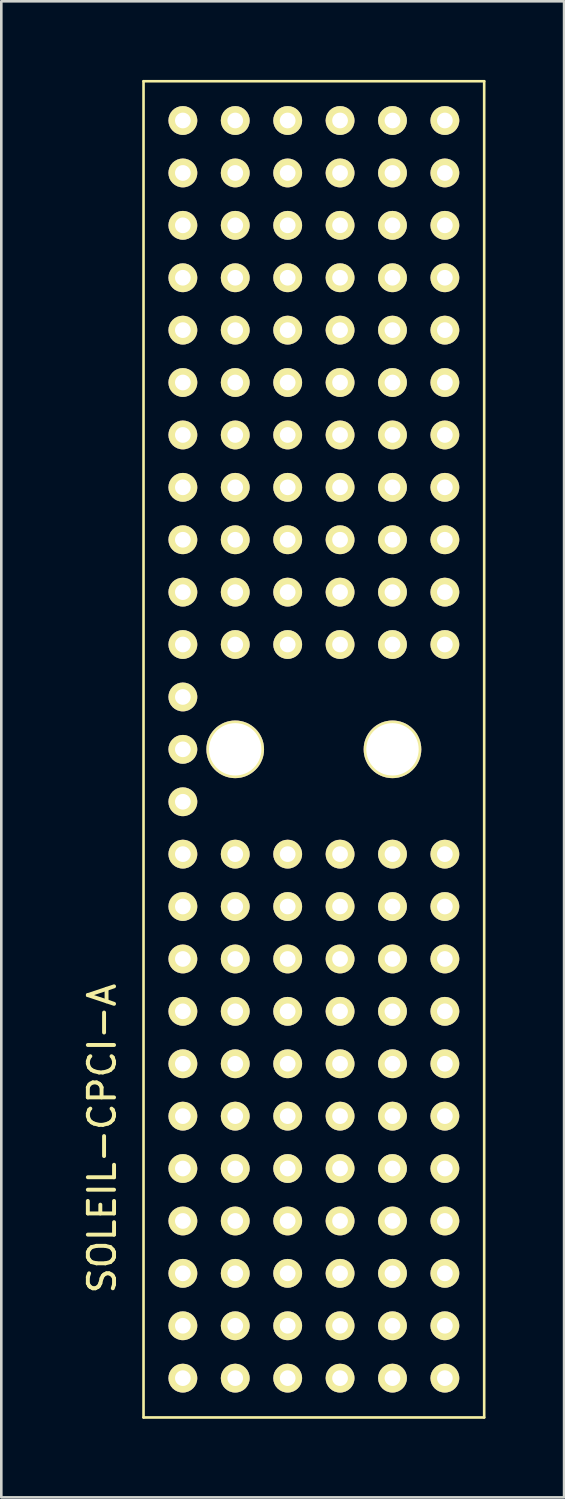
<source format=kicad_pcb>
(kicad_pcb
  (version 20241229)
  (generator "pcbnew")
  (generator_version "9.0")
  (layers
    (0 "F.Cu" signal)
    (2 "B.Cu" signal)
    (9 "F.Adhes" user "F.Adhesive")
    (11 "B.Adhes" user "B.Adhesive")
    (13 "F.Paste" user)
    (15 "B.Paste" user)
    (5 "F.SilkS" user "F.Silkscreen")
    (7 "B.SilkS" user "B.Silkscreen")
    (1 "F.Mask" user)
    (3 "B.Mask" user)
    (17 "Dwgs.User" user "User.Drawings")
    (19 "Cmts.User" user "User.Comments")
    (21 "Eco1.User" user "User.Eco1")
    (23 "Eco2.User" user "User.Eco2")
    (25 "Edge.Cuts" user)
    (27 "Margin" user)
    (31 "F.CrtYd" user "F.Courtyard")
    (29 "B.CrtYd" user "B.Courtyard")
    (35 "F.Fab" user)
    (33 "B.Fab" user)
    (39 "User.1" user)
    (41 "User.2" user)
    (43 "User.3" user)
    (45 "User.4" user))
  (footprint "SOLEIL-CPCI-A"
    (layer "F.Cu")
    (at 13.929 49.55)
    (property "Reference" "SOLEIL-CPCI-A" (at -13.081 -9.144 90) (layer "F.SilkS") (effects (font (size 1 1) (thickness 0.15))))
    (attr through_hole)
    (fp_line (start -11.501 -49.5) (end 1.501 -49.5) (stroke (width 0.1) (type solid)) (layer "F.SilkS"))
    (fp_line (start -11.501 1.501) (end -11.501 -49.5) (stroke (width 0.1) (type solid)) (layer "F.SilkS"))
    (fp_line (start 1.501 -49.5) (end 1.501 1.501) (stroke (width 0.1) (type solid)) (layer "F.SilkS"))
    (fp_line (start 1.501 1.501) (end -11.501 1.501) (stroke (width 0.1) (type solid)) (layer "F.SilkS"))
    (pad "" np_thru_hole circle (at -8.001 -24) (size 2.2 2.2) (drill 1.999) (layers "*.Cu" "*.Mask" "F.SilkS"))
    (pad "" np_thru_hole circle (at -1.999 -24) (size 2.2 2.2) (drill 1.999) (layers "*.Cu" "*.Mask" "F.SilkS"))
    (pad "A1" thru_hole circle (at 0 0) (size 1.1 1.1) (drill 0.599) (layers "*.Cu" "*.Mask" "F.SilkS"))
    (pad "A2" thru_hole circle (at 0 -1.999) (size 1.1 1.1) (drill 0.599) (layers "*.Cu" "*.Mask" "F.SilkS"))
    (pad "A3" thru_hole circle (at 0 -4) (size 1.1 1.1) (drill 0.599) (layers "*.Cu" "*.Mask" "F.SilkS"))
    (pad "A4" thru_hole circle (at 0 -5.999) (size 1.1 1.1) (drill 0.599) (layers "*.Cu" "*.Mask" "F.SilkS"))
    (pad "A5" thru_hole circle (at 0 -8.001) (size 1.1 1.1) (drill 0.599) (layers "*.Cu" "*.Mask" "F.SilkS"))
    (pad "A6" thru_hole circle (at 0 -10) (size 1.1 1.1) (drill 0.599) (layers "*.Cu" "*.Mask" "F.SilkS"))
    (pad "A7" thru_hole circle (at 0 -11.999) (size 1.1 1.1) (drill 0.599) (layers "*.Cu" "*.Mask" "F.SilkS"))
    (pad "A8" thru_hole circle (at 0 -14) (size 1.1 1.1) (drill 0.599) (layers "*.Cu" "*.Mask" "F.SilkS"))
    (pad "A9" thru_hole circle (at 0 -15.999) (size 1.1 1.1) (drill 0.599) (layers "*.Cu" "*.Mask" "F.SilkS"))
    (pad "A10" thru_hole circle (at 0 -18.001) (size 1.1 1.1) (drill 0.599) (layers "*.Cu" "*.Mask" "F.SilkS"))
    (pad "A11" thru_hole circle (at 0 -20) (size 1.1 1.1) (drill 0.599) (layers "*.Cu" "*.Mask" "F.SilkS"))
    (pad "A15" thru_hole circle (at 0 -28.001) (size 1.1 1.1) (drill 0.599) (layers "*.Cu" "*.Mask" "F.SilkS"))
    (pad "A16" thru_hole circle (at 0 -30) (size 1.1 1.1) (drill 0.599) (layers "*.Cu" "*.Mask" "F.SilkS"))
    (pad "A17" thru_hole circle (at 0 -31.999) (size 1.1 1.1) (drill 0.599) (layers "*.Cu" "*.Mask" "F.SilkS"))
    (pad "A18" thru_hole circle (at 0 -34) (size 1.1 1.1) (drill 0.599) (layers "*.Cu" "*.Mask" "F.SilkS"))
    (pad "A19" thru_hole circle (at 0 -35.999) (size 1.1 1.1) (drill 0.599) (layers "*.Cu" "*.Mask" "F.SilkS"))
    (pad "A20" thru_hole circle (at 0 -38.001) (size 1.1 1.1) (drill 0.599) (layers "*.Cu" "*.Mask" "F.SilkS"))
    (pad "A21" thru_hole circle (at 0 -40) (size 1.1 1.1) (drill 0.599) (layers "*.Cu" "*.Mask" "F.SilkS"))
    (pad "A22" thru_hole circle (at 0 -41.999) (size 1.1 1.1) (drill 0.599) (layers "*.Cu" "*.Mask" "F.SilkS"))
    (pad "A23" thru_hole circle (at 0 -44) (size 1.1 1.1) (drill 0.599) (layers "*.Cu" "*.Mask" "F.SilkS"))
    (pad "A24" thru_hole circle (at 0 -45.999) (size 1.1 1.1) (drill 0.599) (layers "*.Cu" "*.Mask" "F.SilkS"))
    (pad "A25" thru_hole circle (at 0 -48.001) (size 1.1 1.1) (drill 0.599) (layers "*.Cu" "*.Mask" "F.SilkS"))
    (pad "B1" thru_hole circle (at -1.999 0) (size 1.1 1.1) (drill 0.599) (layers "*.Cu" "*.Mask" "F.SilkS"))
    (pad "B2" thru_hole circle (at -1.999 -1.999) (size 1.1 1.1) (drill 0.599) (layers "*.Cu" "*.Mask" "F.SilkS"))
    (pad "B3" thru_hole circle (at -1.999 -4) (size 1.1 1.1) (drill 0.599) (layers "*.Cu" "*.Mask" "F.SilkS"))
    (pad "B4" thru_hole circle (at -1.999 -5.999) (size 1.1 1.1) (drill 0.599) (layers "*.Cu" "*.Mask" "F.SilkS"))
    (pad "B5" thru_hole circle (at -1.999 -8.001) (size 1.1 1.1) (drill 0.599) (layers "*.Cu" "*.Mask" "F.SilkS"))
    (pad "B6" thru_hole circle (at -1.999 -10) (size 1.1 1.1) (drill 0.599) (layers "*.Cu" "*.Mask" "F.SilkS"))
    (pad "B7" thru_hole circle (at -1.999 -11.999) (size 1.1 1.1) (drill 0.599) (layers "*.Cu" "*.Mask" "F.SilkS"))
    (pad "B8" thru_hole circle (at -1.999 -14) (size 1.1 1.1) (drill 0.599) (layers "*.Cu" "*.Mask" "F.SilkS"))
    (pad "B9" thru_hole circle (at -1.999 -15.999) (size 1.1 1.1) (drill 0.599) (layers "*.Cu" "*.Mask" "F.SilkS"))
    (pad "B10" thru_hole circle (at -1.999 -18.001) (size 1.1 1.1) (drill 0.599) (layers "*.Cu" "*.Mask" "F.SilkS"))
    (pad "B11" thru_hole circle (at -1.999 -20) (size 1.1 1.1) (drill 0.599) (layers "*.Cu" "*.Mask" "F.SilkS"))
    (pad "B15" thru_hole circle (at -1.999 -28.001) (size 1.1 1.1) (drill 0.599) (layers "*.Cu" "*.Mask" "F.SilkS"))
    (pad "B16" thru_hole circle (at -1.999 -30) (size 1.1 1.1) (drill 0.599) (layers "*.Cu" "*.Mask" "F.SilkS"))
    (pad "B17" thru_hole circle (at -1.999 -31.999) (size 1.1 1.1) (drill 0.599) (layers "*.Cu" "*.Mask" "F.SilkS"))
    (pad "B18" thru_hole circle (at -1.999 -34) (size 1.1 1.1) (drill 0.599) (layers "*.Cu" "*.Mask" "F.SilkS"))
    (pad "B19" thru_hole circle (at -1.999 -35.999) (size 1.1 1.1) (drill 0.599) (layers "*.Cu" "*.Mask" "F.SilkS"))
    (pad "B20" thru_hole circle (at -1.999 -38.001) (size 1.1 1.1) (drill 0.599) (layers "*.Cu" "*.Mask" "F.SilkS"))
    (pad "B21" thru_hole circle (at -1.999 -40) (size 1.1 1.1) (drill 0.599) (layers "*.Cu" "*.Mask" "F.SilkS"))
    (pad "B22" thru_hole circle (at -1.999 -41.999) (size 1.1 1.1) (drill 0.599) (layers "*.Cu" "*.Mask" "F.SilkS"))
    (pad "B23" thru_hole circle (at -1.999 -44) (size 1.1 1.1) (drill 0.599) (layers "*.Cu" "*.Mask" "F.SilkS"))
    (pad "B24" thru_hole circle (at -1.999 -45.999) (size 1.1 1.1) (drill 0.599) (layers "*.Cu" "*.Mask" "F.SilkS"))
    (pad "B25" thru_hole circle (at -1.999 -48.001) (size 1.1 1.1) (drill 0.599) (layers "*.Cu" "*.Mask" "F.SilkS"))
    (pad "C1" thru_hole circle (at -4 0) (size 1.1 1.1) (drill 0.599) (layers "*.Cu" "*.Mask" "F.SilkS"))
    (pad "C2" thru_hole circle (at -4 -1.999) (size 1.1 1.1) (drill 0.599) (layers "*.Cu" "*.Mask" "F.SilkS"))
    (pad "C3" thru_hole circle (at -4 -4) (size 1.1 1.1) (drill 0.599) (layers "*.Cu" "*.Mask" "F.SilkS"))
    (pad "C4" thru_hole circle (at -4 -5.999) (size 1.1 1.1) (drill 0.599) (layers "*.Cu" "*.Mask" "F.SilkS"))
    (pad "C5" thru_hole circle (at -4 -8.001) (size 1.1 1.1) (drill 0.599) (layers "*.Cu" "*.Mask" "F.SilkS"))
    (pad "C6" thru_hole circle (at -4 -10) (size 1.1 1.1) (drill 0.599) (layers "*.Cu" "*.Mask" "F.SilkS"))
    (pad "C7" thru_hole circle (at -4 -11.999) (size 1.1 1.1) (drill 0.599) (layers "*.Cu" "*.Mask" "F.SilkS"))
    (pad "C8" thru_hole circle (at -4 -14) (size 1.1 1.1) (drill 0.599) (layers "*.Cu" "*.Mask" "F.SilkS"))
    (pad "C9" thru_hole circle (at -4 -15.999) (size 1.1 1.1) (drill 0.599) (layers "*.Cu" "*.Mask" "F.SilkS"))
    (pad "C10" thru_hole circle (at -4 -18.001) (size 1.1 1.1) (drill 0.599) (layers "*.Cu" "*.Mask" "F.SilkS"))
    (pad "C11" thru_hole circle (at -4 -20) (size 1.1 1.1) (drill 0.599) (layers "*.Cu" "*.Mask" "F.SilkS"))
    (pad "C15" thru_hole circle (at -4 -28.001) (size 1.1 1.1) (drill 0.599) (layers "*.Cu" "*.Mask" "F.SilkS"))
    (pad "C16" thru_hole circle (at -4 -30) (size 1.1 1.1) (drill 0.599) (layers "*.Cu" "*.Mask" "F.SilkS"))
    (pad "C17" thru_hole circle (at -4 -31.999) (size 1.1 1.1) (drill 0.599) (layers "*.Cu" "*.Mask" "F.SilkS"))
    (pad "C18" thru_hole circle (at -4 -34) (size 1.1 1.1) (drill 0.599) (layers "*.Cu" "*.Mask" "F.SilkS"))
    (pad "C19" thru_hole circle (at -4 -35.999) (size 1.1 1.1) (drill 0.599) (layers "*.Cu" "*.Mask" "F.SilkS"))
    (pad "C20" thru_hole circle (at -4 -38.001) (size 1.1 1.1) (drill 0.599) (layers "*.Cu" "*.Mask" "F.SilkS"))
    (pad "C21" thru_hole circle (at -4 -40) (size 1.1 1.1) (drill 0.599) (layers "*.Cu" "*.Mask" "F.SilkS"))
    (pad "C22" thru_hole circle (at -4 -41.999) (size 1.1 1.1) (drill 0.599) (layers "*.Cu" "*.Mask" "F.SilkS"))
    (pad "C23" thru_hole circle (at -4 -44) (size 1.1 1.1) (drill 0.599) (layers "*.Cu" "*.Mask" "F.SilkS"))
    (pad "C24" thru_hole circle (at -4 -45.999) (size 1.1 1.1) (drill 0.599) (layers "*.Cu" "*.Mask" "F.SilkS"))
    (pad "C25" thru_hole circle (at -4 -48.001) (size 1.1 1.1) (drill 0.599) (layers "*.Cu" "*.Mask" "F.SilkS"))
    (pad "D1" thru_hole circle (at -5.999 0) (size 1.1 1.1) (drill 0.599) (layers "*.Cu" "*.Mask" "F.SilkS"))
    (pad "D2" thru_hole circle (at -5.999 -1.999) (size 1.1 1.1) (drill 0.599) (layers "*.Cu" "*.Mask" "F.SilkS"))
    (pad "D3" thru_hole circle (at -5.999 -4) (size 1.1 1.1) (drill 0.599) (layers "*.Cu" "*.Mask" "F.SilkS"))
    (pad "D4" thru_hole circle (at -5.999 -5.999) (size 1.1 1.1) (drill 0.599) (layers "*.Cu" "*.Mask" "F.SilkS"))
    (pad "D5" thru_hole circle (at -5.999 -8.001) (size 1.1 1.1) (drill 0.599) (layers "*.Cu" "*.Mask" "F.SilkS"))
    (pad "D6" thru_hole circle (at -5.999 -10) (size 1.1 1.1) (drill 0.599) (layers "*.Cu" "*.Mask" "F.SilkS"))
    (pad "D7" thru_hole circle (at -5.999 -11.999) (size 1.1 1.1) (drill 0.599) (layers "*.Cu" "*.Mask" "F.SilkS"))
    (pad "D8" thru_hole circle (at -5.999 -14) (size 1.1 1.1) (drill 0.599) (layers "*.Cu" "*.Mask" "F.SilkS"))
    (pad "D9" thru_hole circle (at -5.999 -15.999) (size 1.1 1.1) (drill 0.599) (layers "*.Cu" "*.Mask" "F.SilkS"))
    (pad "D10" thru_hole circle (at -5.999 -18.001) (size 1.1 1.1) (drill 0.599) (layers "*.Cu" "*.Mask" "F.SilkS"))
    (pad "D11" thru_hole circle (at -5.999 -20) (size 1.1 1.1) (drill 0.599) (layers "*.Cu" "*.Mask" "F.SilkS"))
    (pad "D15" thru_hole circle (at -5.999 -28.001) (size 1.1 1.1) (drill 0.599) (layers "*.Cu" "*.Mask" "F.SilkS"))
    (pad "D16" thru_hole circle (at -5.999 -30) (size 1.1 1.1) (drill 0.599) (layers "*.Cu" "*.Mask" "F.SilkS"))
    (pad "D17" thru_hole circle (at -5.999 -31.999) (size 1.1 1.1) (drill 0.599) (layers "*.Cu" "*.Mask" "F.SilkS"))
    (pad "D18" thru_hole circle (at -5.999 -34) (size 1.1 1.1) (drill 0.599) (layers "*.Cu" "*.Mask" "F.SilkS"))
    (pad "D19" thru_hole circle (at -5.999 -35.999) (size 1.1 1.1) (drill 0.599) (layers "*.Cu" "*.Mask" "F.SilkS"))
    (pad "D20" thru_hole circle (at -5.999 -38.001) (size 1.1 1.1) (drill 0.599) (layers "*.Cu" "*.Mask" "F.SilkS"))
    (pad "D21" thru_hole circle (at -5.999 -40) (size 1.1 1.1) (drill 0.599) (layers "*.Cu" "*.Mask" "F.SilkS"))
    (pad "D22" thru_hole circle (at -5.999 -41.999) (size 1.1 1.1) (drill 0.599) (layers "*.Cu" "*.Mask" "F.SilkS"))
    (pad "D23" thru_hole circle (at -5.999 -44) (size 1.1 1.1) (drill 0.599) (layers "*.Cu" "*.Mask" "F.SilkS"))
    (pad "D24" thru_hole circle (at -5.999 -45.999) (size 1.1 1.1) (drill 0.599) (layers "*.Cu" "*.Mask" "F.SilkS"))
    (pad "D25" thru_hole circle (at -5.999 -48.001) (size 1.1 1.1) (drill 0.599) (layers "*.Cu" "*.Mask" "F.SilkS"))
    (pad "E1" thru_hole circle (at -8.001 0) (size 1.1 1.1) (drill 0.599) (layers "*.Cu" "*.Mask" "F.SilkS"))
    (pad "E2" thru_hole circle (at -8.001 -1.999) (size 1.1 1.1) (drill 0.599) (layers "*.Cu" "*.Mask" "F.SilkS"))
    (pad "E3" thru_hole circle (at -8.001 -4) (size 1.1 1.1) (drill 0.599) (layers "*.Cu" "*.Mask" "F.SilkS"))
    (pad "E4" thru_hole circle (at -8.001 -5.999) (size 1.1 1.1) (drill 0.599) (layers "*.Cu" "*.Mask" "F.SilkS"))
    (pad "E5" thru_hole circle (at -8.001 -8.001) (size 1.1 1.1) (drill 0.599) (layers "*.Cu" "*.Mask" "F.SilkS"))
    (pad "E6" thru_hole circle (at -8.001 -10) (size 1.1 1.1) (drill 0.599) (layers "*.Cu" "*.Mask" "F.SilkS"))
    (pad "E7" thru_hole circle (at -8.001 -11.999) (size 1.1 1.1) (drill 0.599) (layers "*.Cu" "*.Mask" "F.SilkS"))
    (pad "E8" thru_hole circle (at -8.001 -14) (size 1.1 1.1) (drill 0.599) (layers "*.Cu" "*.Mask" "F.SilkS"))
    (pad "E9" thru_hole circle (at -8.001 -15.999) (size 1.1 1.1) (drill 0.599) (layers "*.Cu" "*.Mask" "F.SilkS"))
    (pad "E10" thru_hole circle (at -8.001 -18.001) (size 1.1 1.1) (drill 0.599) (layers "*.Cu" "*.Mask" "F.SilkS"))
    (pad "E11" thru_hole circle (at -8.001 -20) (size 1.1 1.1) (drill 0.599) (layers "*.Cu" "*.Mask" "F.SilkS"))
    (pad "E15" thru_hole circle (at -8.001 -28.001) (size 1.1 1.1) (drill 0.599) (layers "*.Cu" "*.Mask" "F.SilkS"))
    (pad "E16" thru_hole circle (at -8.001 -30) (size 1.1 1.1) (drill 0.599) (layers "*.Cu" "*.Mask" "F.SilkS"))
    (pad "E17" thru_hole circle (at -8.001 -31.999) (size 1.1 1.1) (drill 0.599) (layers "*.Cu" "*.Mask" "F.SilkS"))
    (pad "E18" thru_hole circle (at -8.001 -34) (size 1.1 1.1) (drill 0.599) (layers "*.Cu" "*.Mask" "F.SilkS"))
    (pad "E19" thru_hole circle (at -8.001 -35.999) (size 1.1 1.1) (drill 0.599) (layers "*.Cu" "*.Mask" "F.SilkS"))
    (pad "E20" thru_hole circle (at -8.001 -38.001) (size 1.1 1.1) (drill 0.599) (layers "*.Cu" "*.Mask" "F.SilkS"))
    (pad "E21" thru_hole circle (at -8.001 -40) (size 1.1 1.1) (drill 0.599) (layers "*.Cu" "*.Mask" "F.SilkS"))
    (pad "E22" thru_hole circle (at -8.001 -41.999) (size 1.1 1.1) (drill 0.599) (layers "*.Cu" "*.Mask" "F.SilkS"))
    (pad "E23" thru_hole circle (at -8.001 -44) (size 1.1 1.1) (drill 0.599) (layers "*.Cu" "*.Mask" "F.SilkS"))
    (pad "E24" thru_hole circle (at -8.001 -45.999) (size 1.1 1.1) (drill 0.599) (layers "*.Cu" "*.Mask" "F.SilkS"))
    (pad "E25" thru_hole circle (at -8.001 -48.001) (size 1.1 1.1) (drill 0.599) (layers "*.Cu" "*.Mask" "F.SilkS"))
    (pad "F1" thru_hole circle (at -10 0) (size 1.1 1.1) (drill 0.599) (layers "*.Cu" "*.Mask" "F.SilkS"))
    (pad "F2" thru_hole circle (at -10 -1.999) (size 1.1 1.1) (drill 0.599) (layers "*.Cu" "*.Mask" "F.SilkS"))
    (pad "F3" thru_hole circle (at -10 -4) (size 1.1 1.1) (drill 0.599) (layers "*.Cu" "*.Mask" "F.SilkS"))
    (pad "F4" thru_hole circle (at -10 -5.999) (size 1.1 1.1) (drill 0.599) (layers "*.Cu" "*.Mask" "F.SilkS"))
    (pad "F5" thru_hole circle (at -10 -8.001) (size 1.1 1.1) (drill 0.599) (layers "*.Cu" "*.Mask" "F.SilkS"))
    (pad "F6" thru_hole circle (at -10 -10) (size 1.1 1.1) (drill 0.599) (layers "*.Cu" "*.Mask" "F.SilkS"))
    (pad "F7" thru_hole circle (at -10 -11.999) (size 1.1 1.1) (drill 0.599) (layers "*.Cu" "*.Mask" "F.SilkS"))
    (pad "F8" thru_hole circle (at -10 -14) (size 1.1 1.1) (drill 0.599) (layers "*.Cu" "*.Mask" "F.SilkS"))
    (pad "F9" thru_hole circle (at -10 -15.999) (size 1.1 1.1) (drill 0.599) (layers "*.Cu" "*.Mask" "F.SilkS"))
    (pad "F10" thru_hole circle (at -10 -18.001) (size 1.1 1.1) (drill 0.599) (layers "*.Cu" "*.Mask" "F.SilkS"))
    (pad "F11" thru_hole circle (at -10 -20) (size 1.1 1.1) (drill 0.599) (layers "*.Cu" "*.Mask" "F.SilkS"))
    (pad "F12" thru_hole circle (at -10 -21.999) (size 1.1 1.1) (drill 0.599) (layers "*.Cu" "*.Mask" "F.SilkS"))
    (pad "F13" thru_hole circle (at -10 -24) (size 1.1 1.1) (drill 0.599) (layers "*.Cu" "*.Mask" "F.SilkS"))
    (pad "F14" thru_hole circle (at -10 -25.999) (size 1.1 1.1) (drill 0.599) (layers "*.Cu" "*.Mask" "F.SilkS"))
    (pad "F15" thru_hole circle (at -10 -28.001) (size 1.1 1.1) (drill 0.599) (layers "*.Cu" "*.Mask" "F.SilkS"))
    (pad "F16" thru_hole circle (at -10 -30) (size 1.1 1.1) (drill 0.599) (layers "*.Cu" "*.Mask" "F.SilkS"))
    (pad "F17" thru_hole circle (at -10 -31.999) (size 1.1 1.1) (drill 0.599) (layers "*.Cu" "*.Mask" "F.SilkS"))
    (pad "F18" thru_hole circle (at -10 -34) (size 1.1 1.1) (drill 0.599) (layers "*.Cu" "*.Mask" "F.SilkS"))
    (pad "F19" thru_hole circle (at -10 -35.999) (size 1.1 1.1) (drill 0.599) (layers "*.Cu" "*.Mask" "F.SilkS"))
    (pad "F20" thru_hole circle (at -10 -38.001) (size 1.1 1.1) (drill 0.599) (layers "*.Cu" "*.Mask" "F.SilkS"))
    (pad "F21" thru_hole circle (at -10 -40) (size 1.1 1.1) (drill 0.599) (layers "*.Cu" "*.Mask" "F.SilkS"))
    (pad "F22" thru_hole circle (at -10 -41.999) (size 1.1 1.1) (drill 0.599) (layers "*.Cu" "*.Mask" "F.SilkS"))
    (pad "F23" thru_hole circle (at -10 -44) (size 1.1 1.1) (drill 0.599) (layers "*.Cu" "*.Mask" "F.SilkS"))
    (pad "F24" thru_hole circle (at -10 -45.999) (size 1.1 1.1) (drill 0.599) (layers "*.Cu" "*.Mask" "F.SilkS"))
    (pad "F25" thru_hole circle (at -10 -48.001) (size 1.1 1.1) (drill 0.599) (layers "*.Cu" "*.Mask" "F.SilkS")))
  (gr_rect
    (start -3 -3)
    (end 18.48 54.101)
    (stroke (width 0.1) (type default))
    (fill no)
    (layer "Edge.Cuts")))
</source>
